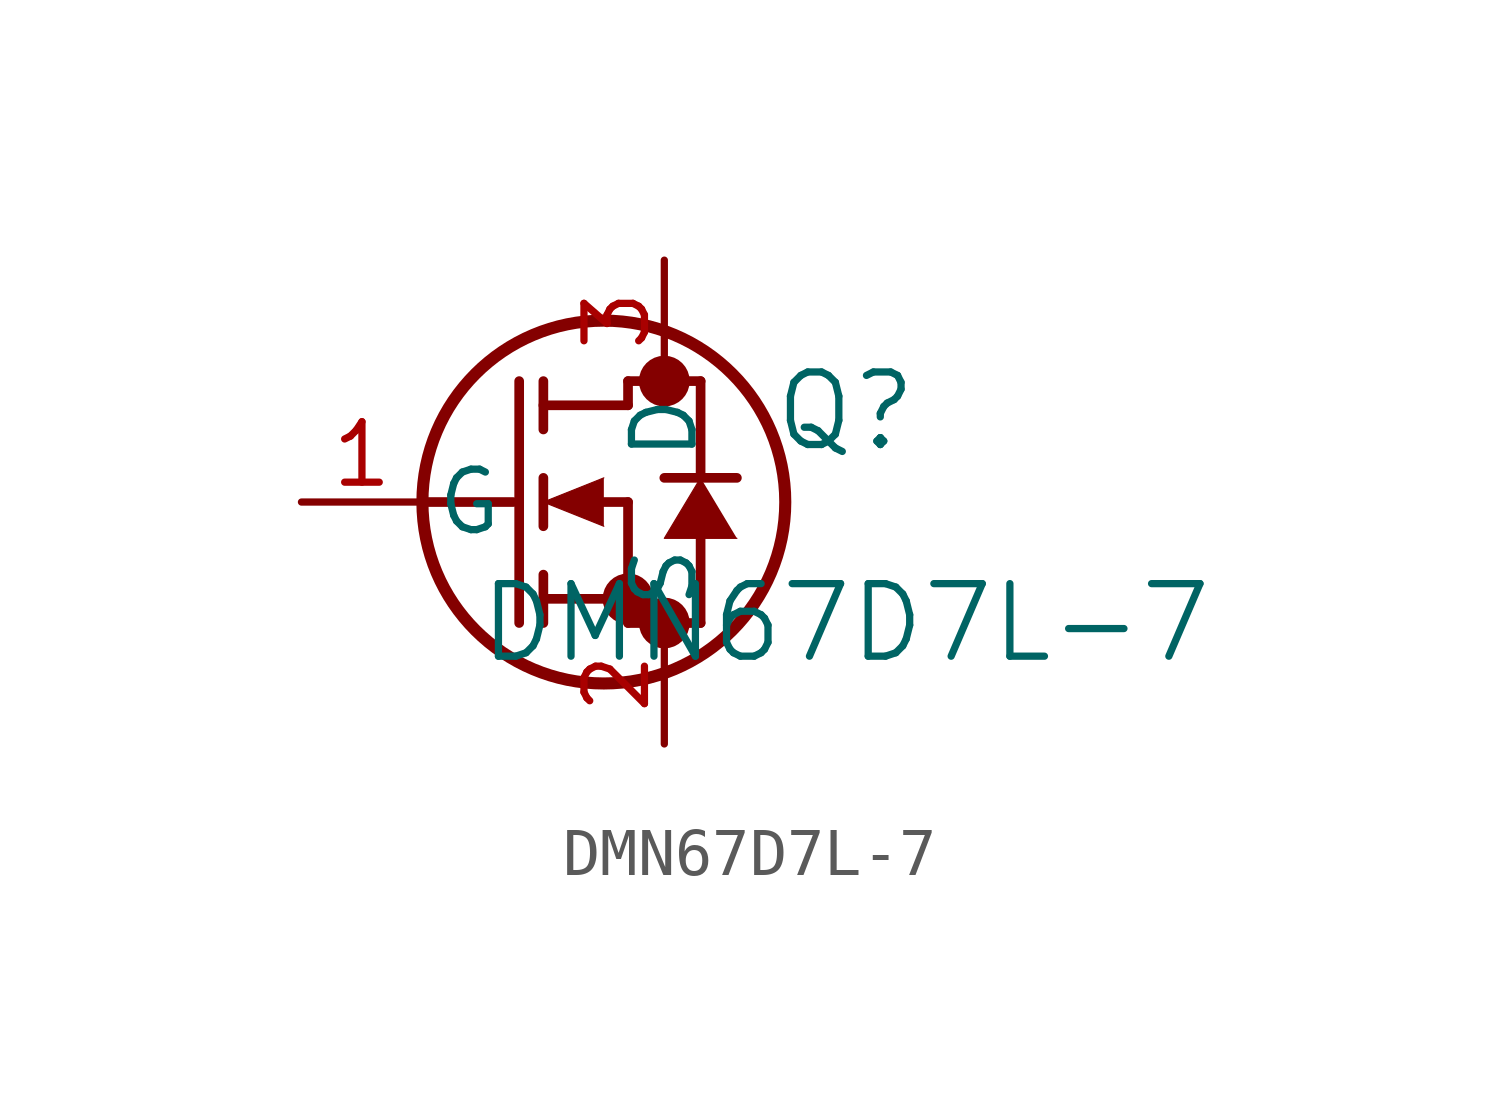
<source format=kicad_sym>
(kicad_symbol_lib
  (version 20211014)
  (generator kicad_symbol_editor)
  (symbol "DMN67D7L-7"
    (pin_names
      (offset 0.254))
    (property "Reference" "Q"
      (at 11.43 1.905 0)
      (effects (font (size 1.524 1.524))))
    (property "Value" "DMN67D7L-7"
      (at 11.43 -2.54 0)
      (effects (font (size 1.524 1.524))))
    (symbol "DMN67D7L-7_0_1"
      (circle (center 7.62 2.54) (radius 0.025) (stroke (width 0.508) (type default) (color 0 0 0 0)) (fill (type none)))
      (circle (center 7.62 -2.54) (radius 0.025) (stroke (width 0.508) (type default) (color 0 0 0 0)) (fill (type none)))
      (circle (center 6.858 -2.032) (radius 0.025) (stroke (width 0.508) (type default) (color 0 0 0 0)) (fill (type none)))
      (circle (center 6.35 0) (radius 3.81) (stroke (width 0.254) (type default) (color 0 0 0 0)) (fill (type none)))
      (polyline (pts (xy 2.54 0) (xy 4.445 0)) (stroke (width 0.203) (type default) (color 0 0 0 0)) (fill (type none)))
      (polyline (pts (xy 4.572 -2.54) (xy 4.572 2.54)) (stroke (width 0.203) (type default) (color 0 0 0 0)) (fill (type none)))
      (polyline (pts (xy 5.08 -0.508) (xy 5.08 0.508)) (stroke (width 0.203) (type default) (color 0 0 0 0)) (fill (type none)))
      (polyline (pts (xy 5.08 -2.54) (xy 5.08 -1.524)) (stroke (width 0.203) (type default) (color 0 0 0 0)) (fill (type none)))
      (polyline (pts (xy 5.08 1.524) (xy 5.08 2.54)) (stroke (width 0.203) (type default) (color 0 0 0 0)) (fill (type none)))
      (polyline (pts (xy 6.35 0) (xy 6.858 0)) (stroke (width 0.203) (type default) (color 0 0 0 0)) (fill (type none)))
      (polyline (pts (xy 5.08 -2.032) (xy 6.858 -2.032)) (stroke (width 0.203) (type default) (color 0 0 0 0)) (fill (type none)))
      (polyline (pts (xy 6.858 -2.54) (xy 6.858 0)) (stroke (width 0.203) (type default) (color 0 0 0 0)) (fill (type none)))
      (polyline (pts (xy 6.858 -2.54) (xy 8.382 -2.54)) (stroke (width 0.203) (type default) (color 0 0 0 0)) (fill (type none)))
      (polyline (pts (xy 5.08 2.032) (xy 6.858 2.032)) (stroke (width 0.203) (type default) (color 0 0 0 0)) (fill (type none)))
      (polyline (pts (xy 8.382 0.508) (xy 8.382 2.54)) (stroke (width 0.203) (type default) (color 0 0 0 0)) (fill (type none)))
      (polyline (pts (xy 6.35 0.508) (xy 5.08 0) (xy 6.35 -0.508)) (stroke (width 0.025) (type default) (color 0 0 0 0)) (fill (type outline)))
      (polyline (pts (xy 9.144 -0.762) (xy 7.62 -0.762) (xy 8.382 0.508)) (stroke (width 0.025) (type default) (color 0 0 0 0)) (fill (type outline)))
      (polyline (pts (xy 8.382 -2.54) (xy 8.382 -0.762)) (stroke (width 0.203) (type default) (color 0 0 0 0)) (fill (type none)))
      (polyline (pts (xy 9.144 0.508) (xy 7.62 0.508)) (stroke (width 0.203) (type default) (color 0 0 0 0)) (fill (type none)))
      (polyline (pts (xy 6.858 2.54) (xy 8.382 2.54)) (stroke (width 0.203) (type default) (color 0 0 0 0)) (fill (type none)))
      (polyline (pts (xy 6.858 2.032) (xy 6.858 2.54)) (stroke (width 0.203) (type default) (color 0 0 0 0)) (fill (type none)))
      (pin unspecified line (at 0 0 0) (length 2.54) (name "G" (effects (font (size 1.27 1.27)))) (number "1" (effects (font (size 1.27 1.27)))))
      (pin unspecified line (at 7.62 -5.08 90) (length 2.54) (name "S" (effects (font (size 1.27 1.27)))) (number "2" (effects (font (size 1.27 1.27)))))
      (pin unspecified line (at 7.62 5.08 270) (length 2.54) (name "D" (effects (font (size 1.27 1.27)))) (number "3" (effects (font (size 1.27 1.27))))))))
</source>
